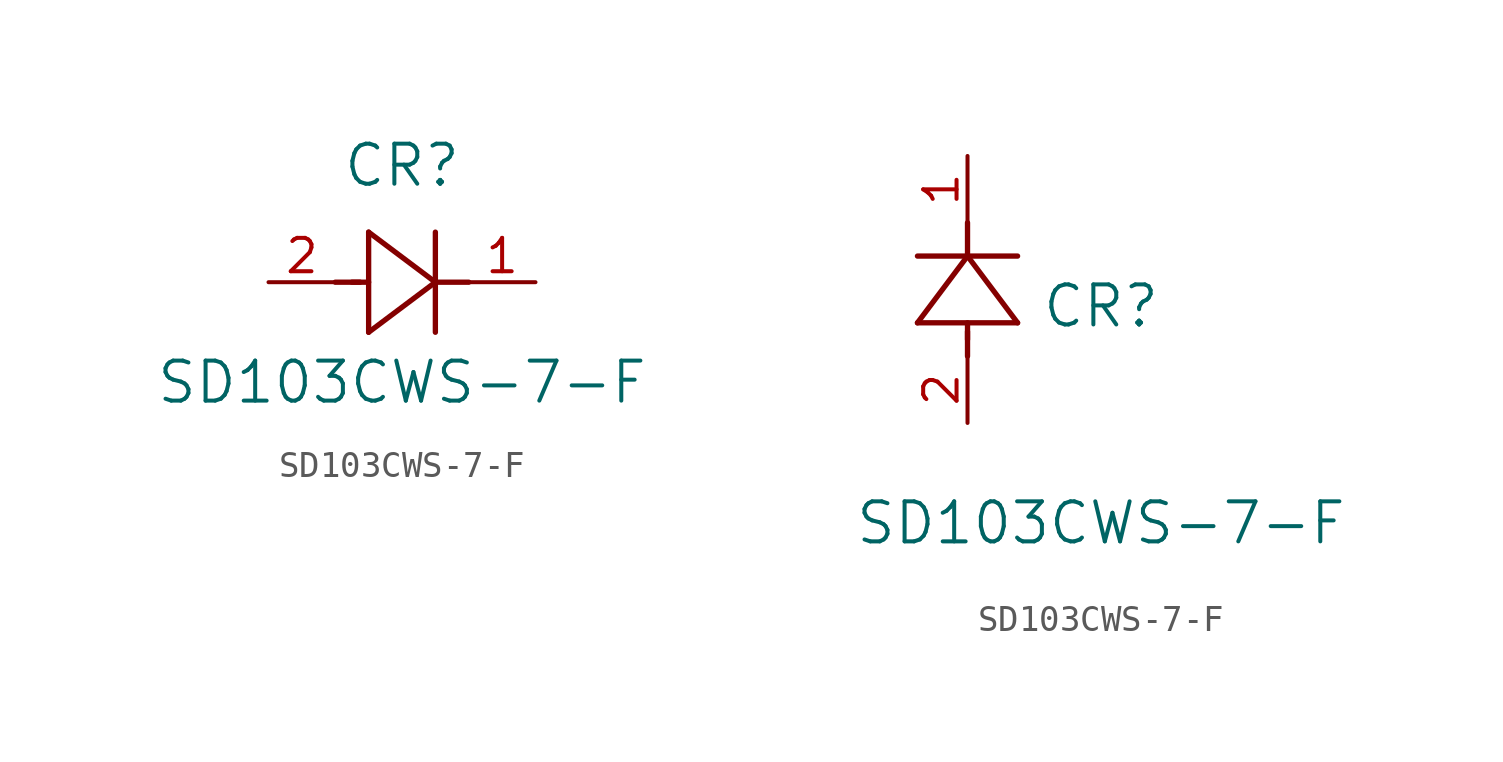
<source format=kicad_sym>
(kicad_symbol_lib
  (version 20211014)
  (generator kicad_symbol_editor)
  (symbol "SD103CWS-7-F"
    (pin_names
      (offset 0.254))
    (property "Reference" "CR"
      (at 5.08 4.445 0)
      (effects (font (size 1.524 1.524))))
    (property "Value" "SD103CWS-7-F"
      (at 5.08 -3.81 0)
      (effects (font (size 1.524 1.524))))
    (symbol "SD103CWS-7-F_1_1"
      (polyline (pts (xy 2.54 0) (xy 3.48 0)) (stroke (width 0.203) (type default) (color 0 0 0 0)) (fill (type none)))
      (polyline (pts (xy 3.81 1.905) (xy 3.81 -1.905)) (stroke (width 0.203) (type default) (color 0 0 0 0)) (fill (type none)))
      (polyline (pts (xy 3.175 0) (xy 3.81 0)) (stroke (width 0.203) (type default) (color 0 0 0 0)) (fill (type none)))
      (polyline (pts (xy 6.35 -1.905) (xy 6.35 1.905)) (stroke (width 0.203) (type default) (color 0 0 0 0)) (fill (type none)))
      (polyline (pts (xy 6.35 0) (xy 7.62 0)) (stroke (width 0.203) (type default) (color 0 0 0 0)) (fill (type none)))
      (polyline (pts (xy 6.35 0) (xy 3.81 1.905)) (stroke (width 0.203) (type default) (color 0 0 0 0)) (fill (type none)))
      (polyline (pts (xy 3.81 -1.905) (xy 6.35 0)) (stroke (width 0.203) (type default) (color 0 0 0 0)) (fill (type none)))
      (pin unspecified line (at 0 0 0) (length 2.54) (name "" (effects (font (size 1.27 1.27)))) (number "2" (effects (font (size 1.27 1.27)))))
      (pin unspecified line (at 10.16 0 180) (length 2.54) (name "" (effects (font (size 1.27 1.27)))) (number "1" (effects (font (size 1.27 1.27))))))
    (symbol "SD103CWS-7-F_1_2"
      (polyline (pts (xy 0 2.54) (xy 0 3.48)) (stroke (width 0.203) (type default) (color 0 0 0 0)) (fill (type none)))
      (polyline (pts (xy -1.905 3.81) (xy 1.905 3.81)) (stroke (width 0.203) (type default) (color 0 0 0 0)) (fill (type none)))
      (polyline (pts (xy 0 3.175) (xy 0 3.81)) (stroke (width 0.203) (type default) (color 0 0 0 0)) (fill (type none)))
      (polyline (pts (xy 1.905 6.35) (xy -1.905 6.35)) (stroke (width 0.203) (type default) (color 0 0 0 0)) (fill (type none)))
      (polyline (pts (xy 0 6.35) (xy 0 7.62)) (stroke (width 0.203) (type default) (color 0 0 0 0)) (fill (type none)))
      (polyline (pts (xy 0 6.35) (xy -1.905 3.81)) (stroke (width 0.203) (type default) (color 0 0 0 0)) (fill (type none)))
      (polyline (pts (xy 1.905 3.81) (xy 0 6.35)) (stroke (width 0.203) (type default) (color 0 0 0 0)) (fill (type none)))
      (pin unspecified line (at 0 0 90) (length 2.54) (name "" (effects (font (size 1.27 1.27)))) (number "2" (effects (font (size 1.27 1.27)))))
      (pin unspecified line (at 0 10.16 270) (length 2.54) (name "" (effects (font (size 1.27 1.27)))) (number "1" (effects (font (size 1.27 1.27))))))))
</source>
